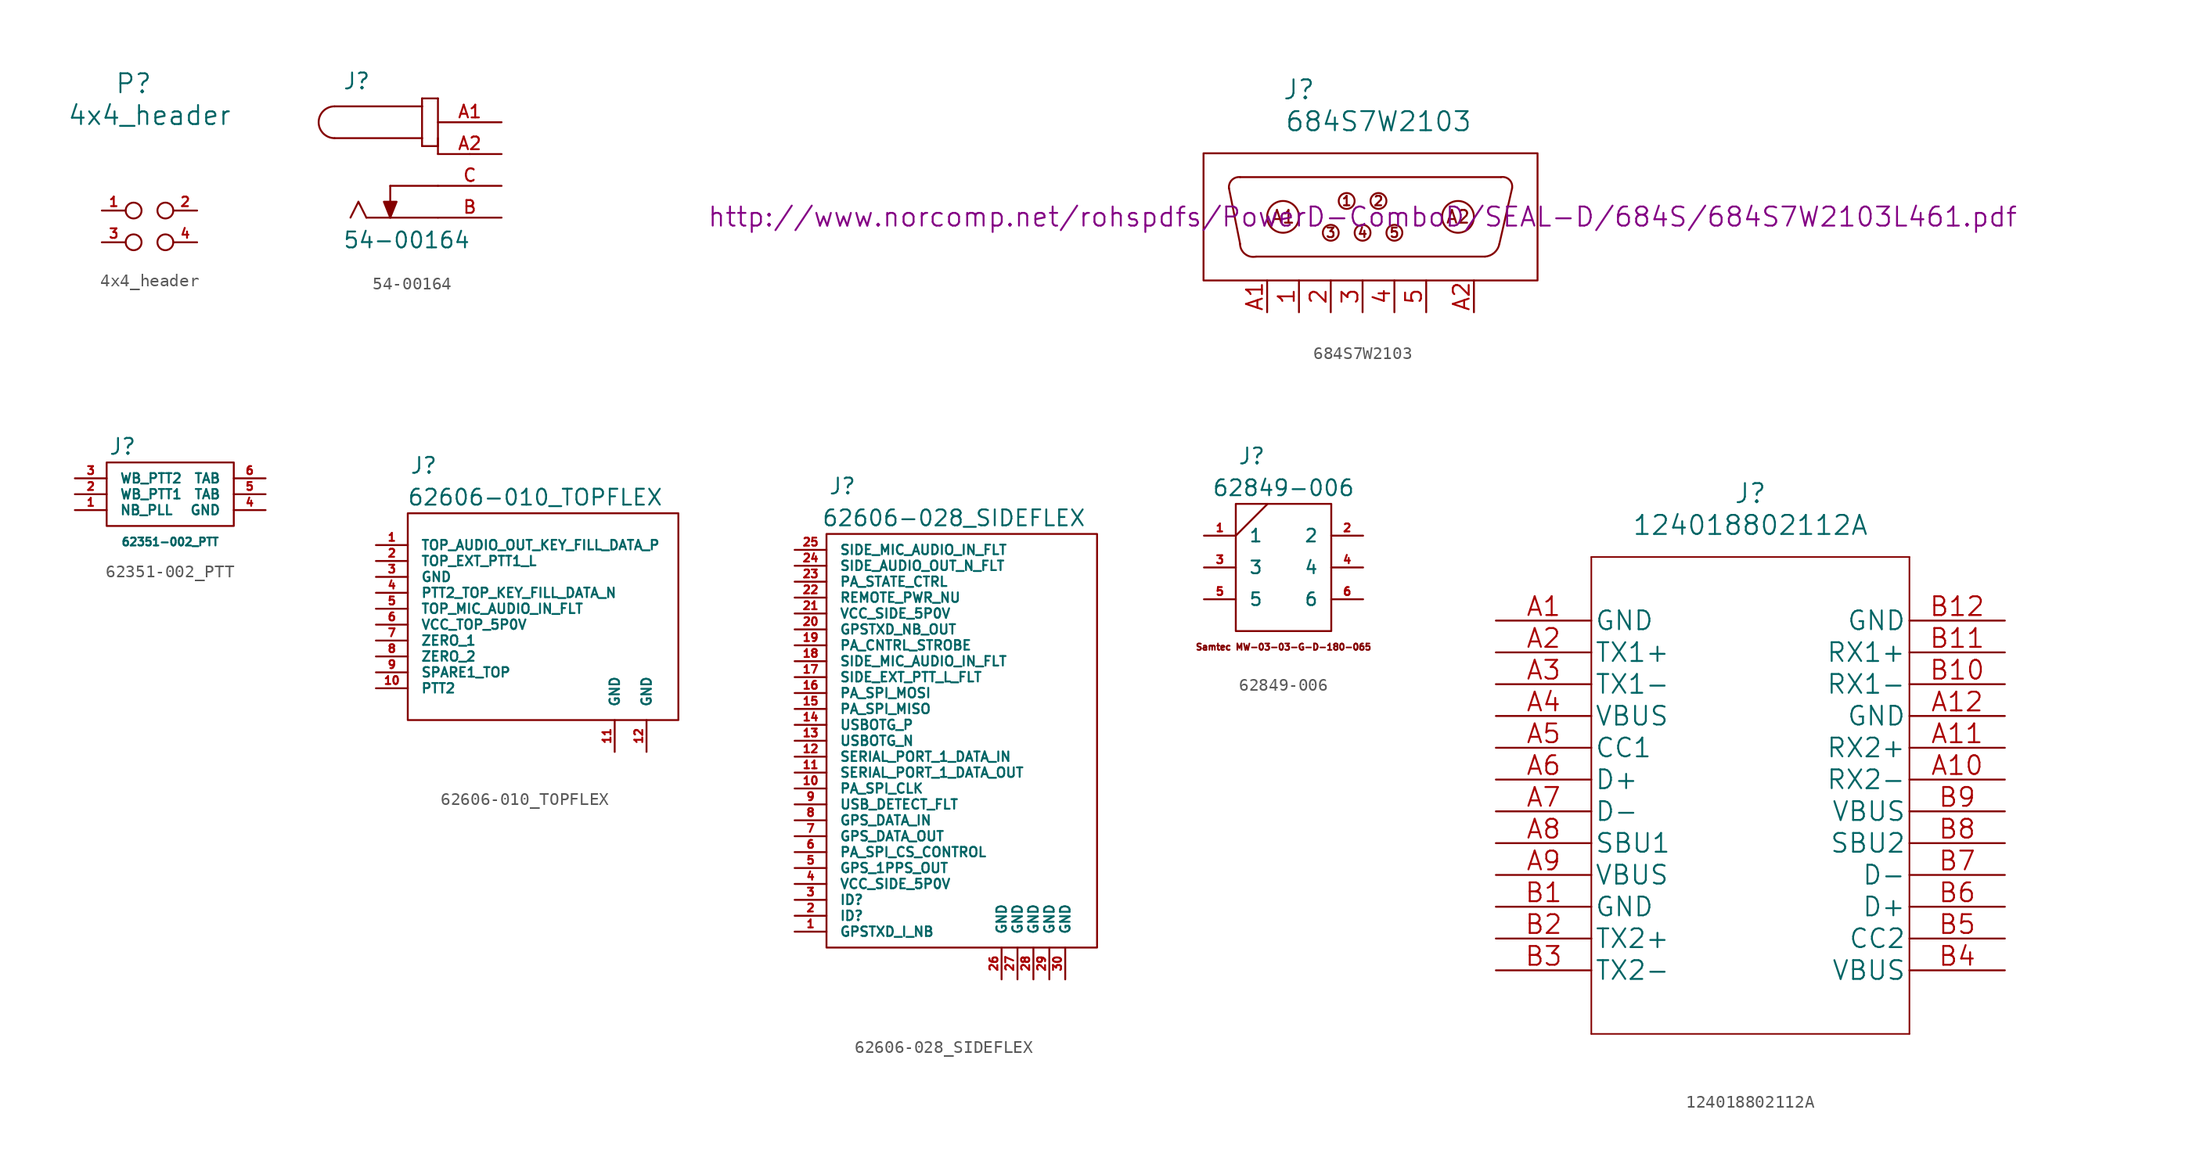
<source format=kicad_sym>
(kicad_symbol_lib
  (version 20231120)
  (generator "kicad_symbol_editor")
  (generator_version "8.0")
  (symbol "4x4_header"
    (pin_names
      (offset 1.016) hide)
    (property "Reference" "P"
      (at -1.27 11.43 0)
      (effects (font (size 1.524 1.524))))
    (property "Value" "4x4_header"
      (at 0 8.89 0)
      (effects (font (size 1.524 1.524))))
    (symbol "4x4_header_0_1"
      (circle (center -1.27 -1.27) (radius 0.635) (stroke (width 0) (type default)) (fill (type none)))
      (circle (center -1.27 1.27) (radius 0.635) (stroke (width 0) (type default)) (fill (type none)))
      (circle (center 1.27 -1.27) (radius 0.635) (stroke (width 0) (type default)) (fill (type none)))
      (circle (center 1.27 1.27) (radius 0.635) (stroke (width 0) (type default)) (fill (type none))))
    (symbol "4x4_header_1_1"
      (pin input line (at -3.81 1.27 0) (length 1.905) (name "1" (effects (font (size 0.762 0.762)))) (number "1" (effects (font (size 0.762 0.762)))))
      (pin input line (at 3.81 1.27 180) (length 1.905) (name "2" (effects (font (size 0.762 0.762)))) (number "2" (effects (font (size 0.762 0.762)))))
      (pin input line (at -3.81 -1.27 0) (length 1.905) (name "3" (effects (font (size 0.762 0.762)))) (number "3" (effects (font (size 0.762 0.762)))))
      (pin input line (at 3.81 -1.27 180) (length 1.905) (name "4" (effects (font (size 0.762 0.762)))) (number "4" (effects (font (size 0.762 0.762)))))))
  (symbol "54-00164"
    (pin_names
      (offset 1.016))
    (property "Reference" "J"
      (at -7.62 5.08 0)
      (effects (font (size 1.27 1.27)) (justify left bottom)))
    (property "Value" "54-00164"
      (at -7.62 -7.62 0)
      (effects (font (size 1.27 1.27)) (justify left bottom)))
    (symbol "54-00164_0_0"
      (arc (start -8.255 3.81) (mid -9.5194 2.54) (end -8.255 1.27) (stroke (width 0.1524) (type default)) (fill (type none)))
      (polyline (pts (xy -8.255 3.81) (xy -1.27 3.81)) (stroke (width 0.152) (type default)) (fill (type none)))
      (polyline (pts (xy -6.35 -3.81) (xy -6.985 -5.08)) (stroke (width 0.152) (type default)) (fill (type none)))
      (polyline (pts (xy -5.715 -5.08) (xy -6.35 -3.81)) (stroke (width 0.152) (type default)) (fill (type none)))
      (polyline (pts (xy -3.81 -2.54) (xy -3.81 -5.08)) (stroke (width 0.152) (type default)) (fill (type none)))
      (polyline (pts (xy -1.27 0.635) (xy 0 0.635)) (stroke (width 0.152) (type default)) (fill (type none)))
      (polyline (pts (xy -1.27 1.27) (xy -8.255 1.27)) (stroke (width 0.152) (type default)) (fill (type none)))
      (polyline (pts (xy -1.27 1.27) (xy -1.27 0.635)) (stroke (width 0.152) (type default)) (fill (type none)))
      (polyline (pts (xy -1.27 3.81) (xy -1.27 1.27)) (stroke (width 0.152) (type default)) (fill (type none)))
      (polyline (pts (xy -1.27 4.445) (xy -1.27 3.81)) (stroke (width 0.152) (type default)) (fill (type none)))
      (polyline (pts (xy 0 -5.08) (xy -5.715 -5.08)) (stroke (width 0.152) (type default)) (fill (type none)))
      (polyline (pts (xy 0 0.635) (xy 0 4.445)) (stroke (width 0.152) (type default)) (fill (type none)))
      (polyline (pts (xy 0 4.445) (xy -1.27 4.445)) (stroke (width 0.152) (type default)) (fill (type none)))
      (polyline (pts (xy 2.54 0) (xy 2.54 0)) (stroke (width 0.152) (type default)) (fill (type none)))
      (polyline (pts (xy -3.81 -5.08) (xy -4.318 -3.81) (xy -3.302 -3.81) (xy -3.81 -5.08)) (stroke (width 0.152) (type default)) (fill (type outline)))
      (pin passive line (at 5.08 2.54 180) (length 5.08) (name "~" (effects (font (size 1.016 1.016)))) (number "A1" (effects (font (size 1.016 1.016)))))
      (pin passive line (at 5.08 0 180) (length 5.08) (name "~" (effects (font (size 1.016 1.016)))) (number "A2" (effects (font (size 1.016 1.016)))))
      (pin passive line (at 5.08 -5.08 180) (length 5.08) (name "~" (effects (font (size 1.016 1.016)))) (number "B" (effects (font (size 1.016 1.016)))))
      (pin passive line (at 5.08 -2.54 180) (length 5.08) (name "~" (effects (font (size 1.016 1.016)))) (number "C" (effects (font (size 1.016 1.016))))))
    (symbol "54-00164_0_1"
      (polyline (pts (xy 0 -2.54) (xy -3.81 -2.54)) (stroke (width 0) (type default)) (fill (type none)))
      (polyline (pts (xy 0 0) (xy 0 1.27)) (stroke (width 0) (type default)) (fill (type none)))))
  (symbol "684S7W2103"
    (pin_names
      (offset 1.016) hide)
    (property "Reference" "J"
      (at -5.08 10.16 0)
      (effects (font (size 1.524 1.524))))
    (property "Value" "684S7W2103"
      (at 1.27 7.62 0)
      (effects (font (size 1.524 1.524))))
    (property "Footprint" ""
      (at 0 0 0)
      (effects (font (size 1.524 1.524))))
    (property "Datasheet" "http://www.norcomp.net/rohspdfs/PowerD-ComboD/SEAL-D/684S/684S7W2103L461.pdf"
      (at 0 0 0)
      (effects (font (size 1.524 1.524))))
    (symbol "684S7W2103_0_0"
      (rectangle (start -12.7 5.08) (end 13.97 -5.08) (stroke (width 0) (type default)) (fill (type none)))
      (arc (start -9.779 -2.159) (mid -9.3808 -2.9653) (end -8.509 -3.175) (stroke (width 0) (type default)) (fill (type none)))
      (arc (start -9.779 3.175) (mid -10.4316 2.9491) (end -10.668 2.286) (stroke (width 0) (type default)) (fill (type none)))
      (circle (center -6.35 0) (radius 1.27) (stroke (width 0) (type default)) (fill (type none)))
      (circle (center -2.54 -1.27) (radius 0.635) (stroke (width 0) (type default)) (fill (type none)))
      (circle (center -1.27 1.27) (radius 0.635) (stroke (width 0) (type default)) (fill (type none)))
      (circle (center 0 -1.27) (radius 0.635) (stroke (width 0) (type default)) (fill (type none)))
      (polyline (pts (xy -10.668 2.286) (xy -9.779 -2.159)) (stroke (width 0) (type default)) (fill (type none)))
      (polyline (pts (xy -8.509 -3.175) (xy 9.779 -3.175)) (stroke (width 0) (type default)) (fill (type none)))
      (polyline (pts (xy 10.922 -2.159) (xy 11.938 2.286)) (stroke (width 0) (type default)) (fill (type none)))
      (polyline (pts (xy 11.049 3.175) (xy -9.779 3.175)) (stroke (width 0) (type default)) (fill (type none)))
      (circle (center 1.27 1.27) (radius 0.635) (stroke (width 0) (type default)) (fill (type none)))
      (circle (center 2.54 -1.27) (radius 0.635) (stroke (width 0) (type default)) (fill (type none)))
      (circle (center 7.62 0) (radius 1.27) (stroke (width 0) (type default)) (fill (type none)))
      (arc (start 9.779 -3.175) (mid 10.5211 -2.8628) (end 10.922 -2.159) (stroke (width 0) (type default)) (fill (type none)))
      (arc (start 11.938 2.286) (mid 11.7222 2.9692) (end 11.049 3.175) (stroke (width 0) (type default)) (fill (type none)))
      (text "1" (at -1.27 1.27 0) (effects (font (size 0.762 0.762))))
      (text "2" (at 1.27 1.27 0) (effects (font (size 0.762 0.762))))
      (text "3" (at -2.54 -1.27 0) (effects (font (size 0.762 0.762))))
      (text "4" (at 0 -1.27 0) (effects (font (size 0.762 0.762))))
      (text "5" (at 2.54 -1.27 0) (effects (font (size 0.762 0.762))))
      (text "A1" (at -6.35 0 0) (effects (font (size 1.016 1.016))))
      (text "A2" (at 7.62 0 0) (effects (font (size 1.016 1.016)))))
    (symbol "684S7W2103_1_1"
      (pin input line (at -5.08 -7.62 90) (length 2.54) (name "1" (effects (font (size 1.27 1.27)))) (number "1" (effects (font (size 1.27 1.27)))))
      (pin input line (at -2.54 -7.62 90) (length 2.54) (name "2" (effects (font (size 1.27 1.27)))) (number "2" (effects (font (size 1.27 1.27)))))
      (pin input line (at 0 -7.62 90) (length 2.54) (name "3" (effects (font (size 1.27 1.27)))) (number "3" (effects (font (size 1.27 1.27)))))
      (pin input line (at 2.54 -7.62 90) (length 2.54) (name "4" (effects (font (size 1.27 1.27)))) (number "4" (effects (font (size 1.27 1.27)))))
      (pin input line (at 5.08 -7.62 90) (length 2.54) (name "5" (effects (font (size 1.27 1.27)))) (number "5" (effects (font (size 1.27 1.27)))))
      (pin input line (at -7.62 -7.62 90) (length 2.54) (name "A1" (effects (font (size 1.27 1.27)))) (number "A1" (effects (font (size 1.27 1.27)))))
      (pin input line (at 8.89 -7.62 90) (length 2.54) (name "A2" (effects (font (size 1.27 1.27)))) (number "A2" (effects (font (size 1.27 1.27)))))))
  (symbol "62351-002_PTT"
    (pin_names
      (offset 1.016))
    (property "Reference" "J"
      (at -3.81 3.81 0)
      (effects (font (size 1.27 1.27))))
    (property "Value" "62351-002_PTT"
      (at 0 -3.81 0)
      (effects (font (size 0.635 0.635))))
    (symbol "62351-002_PTT_0_1"
      (rectangle (start 5.08 -2.54) (end -5.08 2.54) (stroke (width 0) (type default)) (fill (type none))))
    (symbol "62351-002_PTT_1_1"
      (pin passive line (at -7.62 -1.27 0) (length 2.54) (name "NB_PLL" (effects (font (size 0.762 0.762)))) (number "1" (effects (font (size 0.635 0.635)))))
      (pin passive line (at -7.62 0 0) (length 2.54) (name "WB_PTT1" (effects (font (size 0.762 0.762)))) (number "2" (effects (font (size 0.635 0.635)))))
      (pin passive line (at -7.62 1.27 0) (length 2.54) (name "WB_PTT2" (effects (font (size 0.762 0.762)))) (number "3" (effects (font (size 0.635 0.635)))))
      (pin passive line (at 7.62 -1.27 180) (length 2.54) (name "GND" (effects (font (size 0.762 0.762)))) (number "4" (effects (font (size 0.635 0.635)))))
      (pin passive line (at 7.62 0 180) (length 2.54) (name "TAB" (effects (font (size 0.762 0.762)))) (number "5" (effects (font (size 0.635 0.635)))))
      (pin passive line (at 7.62 1.27 180) (length 2.54) (name "TAB" (effects (font (size 0.762 0.762)))) (number "6" (effects (font (size 0.635 0.635)))))))
  (symbol "62606-010_TOPFLEX"
    (pin_names
      (offset 1.016))
    (property "Reference" "J"
      (at -8.89 11.43 0)
      (effects (font (size 1.27 1.27))))
    (property "Value" "62606-010_TOPFLEX"
      (at 0 8.89 0)
      (effects (font (size 1.27 1.27))))
    (symbol "62606-010_TOPFLEX_0_1"
      (rectangle (start 11.43 -8.89) (end -10.16 7.62) (stroke (width 0) (type default)) (fill (type none))))
    (symbol "62606-010_TOPFLEX_1_1"
      (pin passive line (at -12.7 5.08 0) (length 2.54) (name "TOP_AUDIO_OUT_KEY_FILL_DATA_P" (effects (font (size 0.762 0.762)))) (number "1" (effects (font (size 0.635 0.635)))))
      (pin passive line (at -12.7 -6.35 0) (length 2.54) (name "PTT2" (effects (font (size 0.762 0.762)))) (number "10" (effects (font (size 0.635 0.635)))))
      (pin passive line (at 6.35 -11.43 90) (length 2.54) (name "GND" (effects (font (size 0.762 0.762)))) (number "11" (effects (font (size 0.635 0.635)))))
      (pin passive line (at 8.89 -11.43 90) (length 2.54) (name "GND" (effects (font (size 0.762 0.762)))) (number "12" (effects (font (size 0.635 0.635)))))
      (pin passive line (at -12.7 3.81 0) (length 2.54) (name "TOP_EXT_PTT1_L" (effects (font (size 0.762 0.762)))) (number "2" (effects (font (size 0.635 0.635)))))
      (pin passive line (at -12.7 2.54 0) (length 2.54) (name "GND" (effects (font (size 0.762 0.762)))) (number "3" (effects (font (size 0.635 0.635)))))
      (pin passive line (at -12.7 1.27 0) (length 2.54) (name "PTT2_TOP_KEY_FILL_DATA_N" (effects (font (size 0.762 0.762)))) (number "4" (effects (font (size 0.635 0.635)))))
      (pin passive line (at -12.7 0 0) (length 2.54) (name "TOP_MIC_AUDIO_IN_FLT" (effects (font (size 0.762 0.762)))) (number "5" (effects (font (size 0.635 0.635)))))
      (pin passive line (at -12.7 -1.27 0) (length 2.54) (name "VCC_TOP_5P0V" (effects (font (size 0.762 0.762)))) (number "6" (effects (font (size 0.635 0.635)))))
      (pin passive line (at -12.7 -2.54 0) (length 2.54) (name "ZERO_1" (effects (font (size 0.762 0.762)))) (number "7" (effects (font (size 0.635 0.635)))))
      (pin passive line (at -12.7 -3.81 0) (length 2.54) (name "ZERO_2" (effects (font (size 0.762 0.762)))) (number "8" (effects (font (size 0.635 0.635)))))
      (pin passive line (at -12.7 -5.08 0) (length 2.54) (name "SPARE1_TOP" (effects (font (size 0.762 0.762)))) (number "9" (effects (font (size 0.635 0.635)))))))
  (symbol "62606-028_SIDEFLEX"
    (pin_names
      (offset 1.016))
    (property "Reference" "J"
      (at -8.89 20.32 0)
      (effects (font (size 1.27 1.27))))
    (property "Value" "62606-028_SIDEFLEX"
      (at 0 17.78 0)
      (effects (font (size 1.27 1.27))))
    (symbol "62606-028_SIDEFLEX_0_1"
      (rectangle (start 11.43 -16.51) (end -10.16 16.51) (stroke (width 0) (type default)) (fill (type none))))
    (symbol "62606-028_SIDEFLEX_1_1"
      (pin passive line (at -12.7 -15.24 0) (length 2.54) (name "GPSTXD_I_NB" (effects (font (size 0.762 0.762)))) (number "1" (effects (font (size 0.635 0.635)))))
      (pin passive line (at -12.7 -3.81 0) (length 2.54) (name "PA_SPI_CLK" (effects (font (size 0.762 0.762)))) (number "10" (effects (font (size 0.635 0.635)))))
      (pin passive line (at -12.7 -2.54 0) (length 2.54) (name "SERIAL_PORT_1_DATA_OUT" (effects (font (size 0.762 0.762)))) (number "11" (effects (font (size 0.635 0.635)))))
      (pin passive line (at -12.7 -1.27 0) (length 2.54) (name "SERIAL_PORT_1_DATA_IN" (effects (font (size 0.762 0.762)))) (number "12" (effects (font (size 0.635 0.635)))))
      (pin passive line (at -12.7 0 0) (length 2.54) (name "USBOTG_N" (effects (font (size 0.762 0.762)))) (number "13" (effects (font (size 0.635 0.635)))))
      (pin passive line (at -12.7 1.27 0) (length 2.54) (name "USBOTG_P" (effects (font (size 0.762 0.762)))) (number "14" (effects (font (size 0.635 0.635)))))
      (pin passive line (at -12.7 2.54 0) (length 2.54) (name "PA_SPI_MISO" (effects (font (size 0.762 0.762)))) (number "15" (effects (font (size 0.635 0.635)))))
      (pin passive line (at -12.7 3.81 0) (length 2.54) (name "PA_SPI_MOSI" (effects (font (size 0.762 0.762)))) (number "16" (effects (font (size 0.635 0.635)))))
      (pin passive line (at -12.7 5.08 0) (length 2.54) (name "SIDE_EXT_PTT_L_FLT" (effects (font (size 0.762 0.762)))) (number "17" (effects (font (size 0.635 0.635)))))
      (pin passive line (at -12.7 6.35 0) (length 2.54) (name "SIDE_MIC_AUDIO_IN_FLT" (effects (font (size 0.762 0.762)))) (number "18" (effects (font (size 0.635 0.635)))))
      (pin passive line (at -12.7 7.62 0) (length 2.54) (name "PA_CNTRL_STROBE" (effects (font (size 0.762 0.762)))) (number "19" (effects (font (size 0.635 0.635)))))
      (pin passive line (at -12.7 -13.97 0) (length 2.54) (name "ID?" (effects (font (size 0.762 0.762)))) (number "2" (effects (font (size 0.635 0.635)))))
      (pin passive line (at -12.7 8.89 0) (length 2.54) (name "GPSTXD_NB_OUT" (effects (font (size 0.762 0.762)))) (number "20" (effects (font (size 0.635 0.635)))))
      (pin passive line (at -12.7 10.16 0) (length 2.54) (name "VCC_SIDE_5P0V" (effects (font (size 0.762 0.762)))) (number "21" (effects (font (size 0.635 0.635)))))
      (pin passive line (at -12.7 11.43 0) (length 2.54) (name "REMOTE_PWR_NU" (effects (font (size 0.762 0.762)))) (number "22" (effects (font (size 0.635 0.635)))))
      (pin passive line (at -12.7 12.7 0) (length 2.54) (name "PA_STATE_CTRL" (effects (font (size 0.762 0.762)))) (number "23" (effects (font (size 0.635 0.635)))))
      (pin passive line (at -12.7 13.97 0) (length 2.54) (name "SIDE_AUDIO_OUT_N_FLT" (effects (font (size 0.762 0.762)))) (number "24" (effects (font (size 0.635 0.635)))))
      (pin passive line (at -12.7 15.24 0) (length 2.54) (name "SIDE_MIC_AUDIO_IN_FLT" (effects (font (size 0.762 0.762)))) (number "25" (effects (font (size 0.635 0.635)))))
      (pin passive line (at 3.81 -19.05 90) (length 2.54) (name "GND" (effects (font (size 0.762 0.762)))) (number "26" (effects (font (size 0.635 0.635)))))
      (pin passive line (at 5.08 -19.05 90) (length 2.54) (name "GND" (effects (font (size 0.762 0.762)))) (number "27" (effects (font (size 0.635 0.635)))))
      (pin passive line (at 6.35 -19.05 90) (length 2.54) (name "GND" (effects (font (size 0.762 0.762)))) (number "28" (effects (font (size 0.635 0.635)))))
      (pin passive line (at 7.62 -19.05 90) (length 2.54) (name "GND" (effects (font (size 0.762 0.762)))) (number "29" (effects (font (size 0.635 0.635)))))
      (pin passive line (at -12.7 -12.7 0) (length 2.54) (name "ID?" (effects (font (size 0.762 0.762)))) (number "3" (effects (font (size 0.635 0.635)))))
      (pin passive line (at 8.89 -19.05 90) (length 2.54) (name "GND" (effects (font (size 0.762 0.762)))) (number "30" (effects (font (size 0.635 0.635)))))
      (pin passive line (at -12.7 -11.43 0) (length 2.54) (name "VCC_SIDE_5P0V" (effects (font (size 0.762 0.762)))) (number "4" (effects (font (size 0.635 0.635)))))
      (pin passive line (at -12.7 -10.16 0) (length 2.54) (name "GPS_1PPS_OUT" (effects (font (size 0.762 0.762)))) (number "5" (effects (font (size 0.635 0.635)))))
      (pin passive line (at -12.7 -8.89 0) (length 2.54) (name "PA_SPI_CS_CONTROL" (effects (font (size 0.762 0.762)))) (number "6" (effects (font (size 0.635 0.635)))))
      (pin passive line (at -12.7 -7.62 0) (length 2.54) (name "GPS_DATA_OUT" (effects (font (size 0.762 0.762)))) (number "7" (effects (font (size 0.635 0.635)))))
      (pin passive line (at -12.7 -6.35 0) (length 2.54) (name "GPS_DATA_IN" (effects (font (size 0.762 0.762)))) (number "8" (effects (font (size 0.635 0.635)))))
      (pin passive line (at -12.7 -5.08 0) (length 2.54) (name "USB_DETECT_FLT" (effects (font (size 0.762 0.762)))) (number "9" (effects (font (size 0.635 0.635)))))))
  (symbol "62849-006"
    (pin_names
      (offset 1.016))
    (property "Reference" "J"
      (at -2.54 43.18 0)
      (effects (font (size 1.27 1.27))))
    (property "Value" "62849-006"
      (at 0 40.64 0)
      (effects (font (size 1.27 1.27))))
    (symbol "62849-006_0_0"
      (text "Samtec MW-03-03-G-D-180-065" (at 0 27.94 0) (effects (font (size 0.508 0.508)))))
    (symbol "62849-006_0_1"
      (rectangle (start -3.81 39.37) (end 3.81 29.21) (stroke (width 0) (type default)) (fill (type none)))
      (polyline (pts (xy -1.27 39.37) (xy -3.81 36.83)) (stroke (width 0) (type default)) (fill (type none))))
    (symbol "62849-006_1_1"
      (pin passive line (at -6.35 36.83 0) (length 2.54) (name "1" (effects (font (size 1.016 1.016)))) (number "1" (effects (font (size 0.635 0.635)))))
      (pin passive line (at 6.35 36.83 180) (length 2.54) (name "2" (effects (font (size 1.016 1.016)))) (number "2" (effects (font (size 0.635 0.635)))))
      (pin passive line (at -6.35 34.29 0) (length 2.54) (name "3" (effects (font (size 1.016 1.016)))) (number "3" (effects (font (size 0.635 0.635)))))
      (pin passive line (at 6.35 34.29 180) (length 2.54) (name "4" (effects (font (size 1.016 1.016)))) (number "4" (effects (font (size 0.635 0.635)))))
      (pin passive line (at -6.35 31.75 0) (length 2.54) (name "5" (effects (font (size 1.016 1.016)))) (number "5" (effects (font (size 0.635 0.635)))))
      (pin passive line (at 6.35 31.75 180) (length 2.54) (name "6" (effects (font (size 1.016 1.016)))) (number "6" (effects (font (size 0.635 0.635)))))))
  (symbol "124018802112A"
    (pin_names
      (offset 0.254))
    (property "Reference" "J"
      (at 20.32 10.16 0)
      (effects (font (size 1.524 1.524))))
    (property "Value" "124018802112A"
      (at 20.32 7.62 0)
      (effects (font (size 1.524 1.524))))
    (property "Datasheet" ""
      (at 0 0 0)
      (effects (font (size 1.524 1.524))))
    (property "ki_locked" ""
      (at 0 0 0)
      (effects (font (size 1.27 1.27))))
    (symbol "124018802112A_1_1"
      (polyline (pts (xy 7.62 -33.02) (xy 33.02 -33.02)) (stroke (width 0.127) (type default)) (fill (type none)))
      (polyline (pts (xy 7.62 5.08) (xy 7.62 -33.02)) (stroke (width 0.127) (type default)) (fill (type none)))
      (polyline (pts (xy 33.02 -33.02) (xy 33.02 5.08)) (stroke (width 0.127) (type default)) (fill (type none)))
      (polyline (pts (xy 33.02 5.08) (xy 7.62 5.08)) (stroke (width 0.127) (type default)) (fill (type none)))
      (pin power_in line (at 0 0 0) (length 7.62) (name "GND" (effects (font (size 1.499 1.499)))) (number "A1" (effects (font (size 1.499 1.499)))))
      (pin unspecified line (at 40.64 -12.7 180) (length 7.62) (name "RX2-" (effects (font (size 1.499 1.499)))) (number "A10" (effects (font (size 1.499 1.499)))))
      (pin unspecified line (at 40.64 -10.16 180) (length 7.62) (name "RX2+" (effects (font (size 1.499 1.499)))) (number "A11" (effects (font (size 1.499 1.499)))))
      (pin power_in line (at 40.64 -7.62 180) (length 7.62) (name "GND" (effects (font (size 1.499 1.499)))) (number "A12" (effects (font (size 1.499 1.499)))))
      (pin unspecified line (at 0 -2.54 0) (length 7.62) (name "TX1+" (effects (font (size 1.499 1.499)))) (number "A2" (effects (font (size 1.499 1.499)))))
      (pin unspecified line (at 0 -5.08 0) (length 7.62) (name "TX1-" (effects (font (size 1.499 1.499)))) (number "A3" (effects (font (size 1.499 1.499)))))
      (pin power_in line (at 0 -7.62 0) (length 7.62) (name "VBUS" (effects (font (size 1.499 1.499)))) (number "A4" (effects (font (size 1.499 1.499)))))
      (pin bidirectional line (at 0 -10.16 0) (length 7.62) (name "CC1" (effects (font (size 1.499 1.499)))) (number "A5" (effects (font (size 1.499 1.499)))))
      (pin unspecified line (at 0 -12.7 0) (length 7.62) (name "D+" (effects (font (size 1.499 1.499)))) (number "A6" (effects (font (size 1.499 1.499)))))
      (pin bidirectional line (at 0 -15.24 0) (length 7.62) (name "D-" (effects (font (size 1.499 1.499)))) (number "A7" (effects (font (size 1.499 1.499)))))
      (pin bidirectional line (at 0 -17.78 0) (length 7.62) (name "SBU1" (effects (font (size 1.499 1.499)))) (number "A8" (effects (font (size 1.499 1.499)))))
      (pin power_in line (at 0 -20.32 0) (length 7.62) (name "VBUS" (effects (font (size 1.499 1.499)))) (number "A9" (effects (font (size 1.499 1.499)))))
      (pin power_in line (at 0 -22.86 0) (length 7.62) (name "GND" (effects (font (size 1.499 1.499)))) (number "B1" (effects (font (size 1.499 1.499)))))
      (pin unspecified line (at 40.64 -5.08 180) (length 7.62) (name "RX1-" (effects (font (size 1.499 1.499)))) (number "B10" (effects (font (size 1.499 1.499)))))
      (pin unspecified line (at 40.64 -2.54 180) (length 7.62) (name "RX1+" (effects (font (size 1.499 1.499)))) (number "B11" (effects (font (size 1.499 1.499)))))
      (pin power_in line (at 40.64 0 180) (length 7.62) (name "GND" (effects (font (size 1.499 1.499)))) (number "B12" (effects (font (size 1.499 1.499)))))
      (pin unspecified line (at 0 -25.4 0) (length 7.62) (name "TX2+" (effects (font (size 1.499 1.499)))) (number "B2" (effects (font (size 1.499 1.499)))))
      (pin unspecified line (at 0 -27.94 0) (length 7.62) (name "TX2-" (effects (font (size 1.499 1.499)))) (number "B3" (effects (font (size 1.499 1.499)))))
      (pin power_in line (at 40.64 -27.94 180) (length 7.62) (name "VBUS" (effects (font (size 1.499 1.499)))) (number "B4" (effects (font (size 1.499 1.499)))))
      (pin bidirectional line (at 40.64 -25.4 180) (length 7.62) (name "CC2" (effects (font (size 1.499 1.499)))) (number "B5" (effects (font (size 1.499 1.499)))))
      (pin unspecified line (at 40.64 -22.86 180) (length 7.62) (name "D+" (effects (font (size 1.499 1.499)))) (number "B6" (effects (font (size 1.499 1.499)))))
      (pin bidirectional line (at 40.64 -20.32 180) (length 7.62) (name "D-" (effects (font (size 1.499 1.499)))) (number "B7" (effects (font (size 1.499 1.499)))))
      (pin bidirectional line (at 40.64 -17.78 180) (length 7.62) (name "SBU2" (effects (font (size 1.499 1.499)))) (number "B8" (effects (font (size 1.499 1.499)))))
      (pin power_in line (at 40.64 -15.24 180) (length 7.62) (name "VBUS" (effects (font (size 1.499 1.499)))) (number "B9" (effects (font (size 1.499 1.499))))))))
</source>
